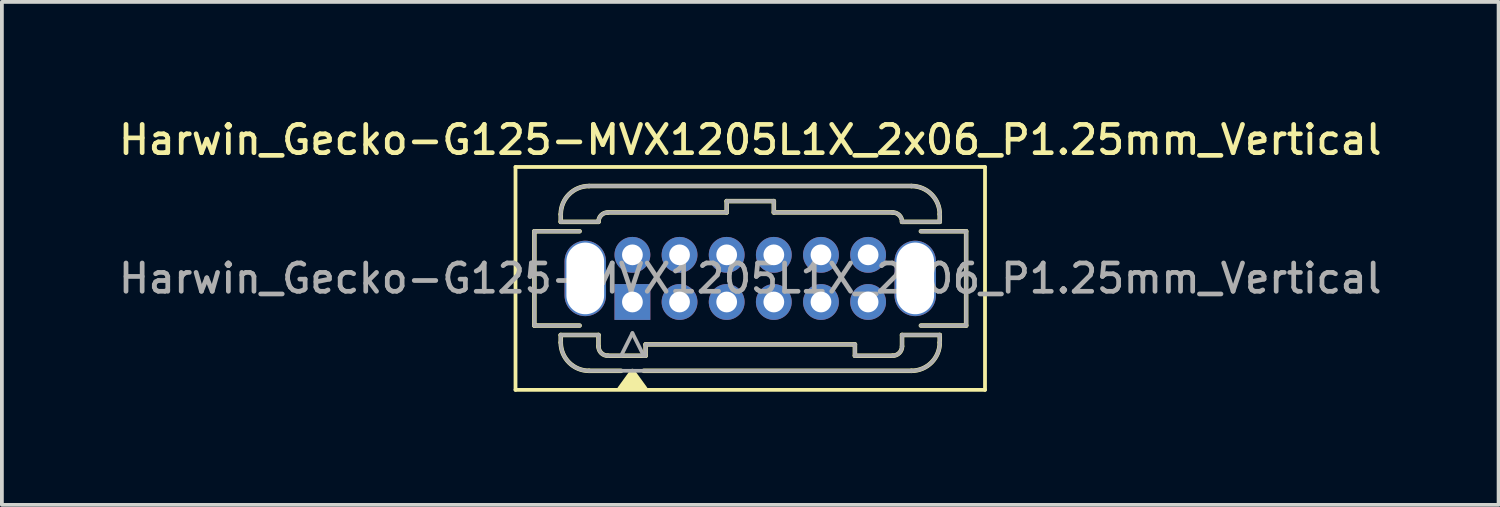
<source format=kicad_pcb>
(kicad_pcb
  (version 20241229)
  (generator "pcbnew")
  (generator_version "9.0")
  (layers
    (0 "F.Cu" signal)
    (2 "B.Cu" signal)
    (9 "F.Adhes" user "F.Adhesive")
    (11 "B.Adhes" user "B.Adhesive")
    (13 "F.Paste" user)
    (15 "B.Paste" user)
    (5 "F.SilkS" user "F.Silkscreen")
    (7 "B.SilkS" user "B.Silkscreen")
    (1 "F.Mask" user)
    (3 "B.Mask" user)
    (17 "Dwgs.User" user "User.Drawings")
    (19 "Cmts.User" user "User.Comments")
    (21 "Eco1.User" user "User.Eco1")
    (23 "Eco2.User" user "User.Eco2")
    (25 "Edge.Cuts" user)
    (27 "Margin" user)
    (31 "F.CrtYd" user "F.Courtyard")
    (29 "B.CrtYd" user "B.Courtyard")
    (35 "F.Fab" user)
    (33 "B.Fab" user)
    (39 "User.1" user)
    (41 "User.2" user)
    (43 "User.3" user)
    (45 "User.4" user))
  (footprint "Harwin_Gecko-G125-MVX1205L1X_2x06_P1.25mm_Vertical"
    (layer "F.Cu")
    (at 13.72 4.958)
    (property "Reference" "Harwin_Gecko-G125-MVX1205L1X_2x06_P1.25mm_Vertical" (at 3.125 -4.3 0) (layer "F.SilkS") (effects (font (size 0.75 0.75) (thickness 0.125))))
    (attr through_hole)
    (fp_line (start -3.1 -3.58) (end -3.1 2.33) (stroke (width 0.1) (type solid)) (layer "F.SilkS"))
    (fp_line (start -3.1 2.33) (end 9.35 2.33) (stroke (width 0.1) (type solid)) (layer "F.SilkS"))
    (fp_line (start -2.6 -1.875) (end -2.6 0.625) (stroke (width 0.12) (type solid)) (layer "F.SilkS"))
    (fp_line (start -2.6 0.625) (end -1.4 0.625) (stroke (width 0.12) (type solid)) (layer "F.SilkS"))
    (fp_line (start -1.9 -2.325) (end -1.9 -2.125) (stroke (width 0.12) (type solid)) (layer "F.SilkS"))
    (fp_line (start -1.9 -2.125) (end -0.9 -2.125) (stroke (width 0.12) (type solid)) (layer "F.SilkS"))
    (fp_line (start -1.9 0.875) (end -0.9 0.875) (stroke (width 0.12) (type solid)) (layer "F.SilkS"))
    (fp_line (start -1.9 1.075) (end -1.9 0.875) (stroke (width 0.12) (type solid)) (layer "F.SilkS"))
    (fp_line (start -1.4 -1.875) (end -2.6 -1.875) (stroke (width 0.12) (type solid)) (layer "F.SilkS"))
    (fp_line (start -1.15 -3.075) (end 7.4 -3.075) (stroke (width 0.12) (type solid)) (layer "F.SilkS"))
    (fp_line (start -1.15 1.825) (end -0.3 1.825) (stroke (width 0.12) (type solid)) (layer "F.SilkS"))
    (fp_line (start -0.9 1.175) (end -0.9 0.875) (stroke (width 0.12) (type solid)) (layer "F.SilkS"))
    (fp_line (start -0.65 -2.375) (end 2.5 -2.375) (stroke (width 0.12) (type solid)) (layer "F.SilkS"))
    (fp_line (start -0.65 1.425) (end 0.35 1.425) (stroke (width 0.12) (type solid)) (layer "F.SilkS"))
    (fp_line (start 0.3 1.825) (end 7.4 1.825) (stroke (width 0.12) (type solid)) (layer "F.SilkS"))
    (fp_line (start 0.35 1.125) (end 5.9 1.125) (stroke (width 0.12) (type solid)) (layer "F.SilkS"))
    (fp_line (start 0.35 1.425) (end 0.35 1.125) (stroke (width 0.12) (type solid)) (layer "F.SilkS"))
    (fp_line (start 2.5 -2.675) (end 3.75 -2.675) (stroke (width 0.12) (type solid)) (layer "F.SilkS"))
    (fp_line (start 2.5 -2.375) (end 2.5 -2.675) (stroke (width 0.12) (type solid)) (layer "F.SilkS"))
    (fp_line (start 3.75 -2.675) (end 3.75 -2.375) (stroke (width 0.12) (type solid)) (layer "F.SilkS"))
    (fp_line (start 3.75 -2.375) (end 6.9 -2.375) (stroke (width 0.12) (type solid)) (layer "F.SilkS"))
    (fp_line (start 5.9 1.125) (end 5.9 1.425) (stroke (width 0.12) (type solid)) (layer "F.SilkS"))
    (fp_line (start 5.9 1.425) (end 6.9 1.425) (stroke (width 0.12) (type solid)) (layer "F.SilkS"))
    (fp_line (start 7.15 1.175) (end 7.15 0.875) (stroke (width 0.12) (type solid)) (layer "F.SilkS"))
    (fp_line (start 7.65 -1.875) (end 8.85 -1.875) (stroke (width 0.12) (type solid)) (layer "F.SilkS"))
    (fp_line (start 8.15 -2.325) (end 8.15 -2.125) (stroke (width 0.12) (type solid)) (layer "F.SilkS"))
    (fp_line (start 8.15 -2.125) (end 7.15 -2.125) (stroke (width 0.12) (type solid)) (layer "F.SilkS"))
    (fp_line (start 8.15 0.875) (end 7.15 0.875) (stroke (width 0.12) (type solid)) (layer "F.SilkS"))
    (fp_line (start 8.15 1.075) (end 8.15 0.875) (stroke (width 0.12) (type solid)) (layer "F.SilkS"))
    (fp_line (start 8.85 -1.875) (end 8.85 0.625) (stroke (width 0.12) (type solid)) (layer "F.SilkS"))
    (fp_line (start 8.85 0.625) (end 7.65 0.625) (stroke (width 0.12) (type solid)) (layer "F.SilkS"))
    (fp_line (start 9.35 -3.58) (end -3.1 -3.58) (stroke (width 0.1) (type solid)) (layer "F.SilkS"))
    (fp_line (start 9.35 -3.58) (end 9.35 2.33) (stroke (width 0.1) (type solid)) (layer "F.SilkS"))
    (fp_arc (start -1.9 -2.325) (mid -1.68033 -2.85533) (end -1.15 -3.075) (stroke (width 0.12) (type solid)) (layer "F.SilkS"))
    (fp_arc (start -1.15 1.825) (mid -1.68033 1.60533) (end -1.9 1.075) (stroke (width 0.12) (type solid)) (layer "F.SilkS"))
    (fp_arc (start -0.9 -2.125) (mid -0.826777 -2.301777) (end -0.65 -2.375) (stroke (width 0.12) (type solid)) (layer "F.SilkS"))
    (fp_arc (start -0.65 1.425) (mid -0.826777 1.351777) (end -0.9 1.175) (stroke (width 0.12) (type solid)) (layer "F.SilkS"))
    (fp_arc (start 6.9 -2.375) (mid 7.076777 -2.301777) (end 7.15 -2.125) (stroke (width 0.12) (type solid)) (layer "F.SilkS"))
    (fp_arc (start 7.15 1.175) (mid 7.076777 1.351777) (end 6.9 1.425) (stroke (width 0.12) (type solid)) (layer "F.SilkS"))
    (fp_arc (start 7.4 -3.075) (mid 7.93033 -2.85533) (end 8.15 -2.325) (stroke (width 0.12) (type solid)) (layer "F.SilkS"))
    (fp_arc (start 8.15 1.075) (mid 7.93033 1.60533) (end 7.4 1.825) (stroke (width 0.12) (type solid)) (layer "F.SilkS"))
    (fp_poly (pts (xy 0 1.83) (xy -0.34 2.3) (xy 0.34 2.3) (xy 0 1.83)) (stroke (width 0.12) (type solid)) (fill yes) (layer "F.SilkS"))
    (fp_line (start -2.6 -1.875) (end -2.6 0.625) (stroke (width 0.1) (type solid)) (layer "F.Fab"))
    (fp_line (start -2.6 0.625) (end -1.4 0.625) (stroke (width 0.1) (type solid)) (layer "F.Fab"))
    (fp_line (start -1.9 -2.325) (end -1.9 -2.125) (stroke (width 0.1) (type solid)) (layer "F.Fab"))
    (fp_line (start -1.9 -2.125) (end -0.9 -2.125) (stroke (width 0.1) (type solid)) (layer "F.Fab"))
    (fp_line (start -1.9 0.875) (end -0.9 0.875) (stroke (width 0.1) (type solid)) (layer "F.Fab"))
    (fp_line (start -1.9 1.075) (end -1.9 0.875) (stroke (width 0.1) (type solid)) (layer "F.Fab"))
    (fp_line (start -1.4 -1.875) (end -2.6 -1.875) (stroke (width 0.1) (type solid)) (layer "F.Fab"))
    (fp_line (start -1.15 -3.075) (end 7.4 -3.075) (stroke (width 0.1) (type solid)) (layer "F.Fab"))
    (fp_line (start -1.15 1.825) (end 7.4 1.825) (stroke (width 0.1) (type solid)) (layer "F.Fab"))
    (fp_line (start -0.9 1.175) (end -0.9 0.875) (stroke (width 0.1) (type solid)) (layer "F.Fab"))
    (fp_line (start -0.65 -2.375) (end 2.5 -2.375) (stroke (width 0.1) (type solid)) (layer "F.Fab"))
    (fp_line (start -0.65 1.425) (end 0.35 1.425) (stroke (width 0.1) (type solid)) (layer "F.Fab"))
    (fp_line (start 0 0.825) (end -0.3 1.425) (stroke (width 0.1) (type solid)) (layer "F.Fab"))
    (fp_line (start 0.3 1.425) (end 0 0.825) (stroke (width 0.1) (type solid)) (layer "F.Fab"))
    (fp_line (start 0.35 1.125) (end 5.9 1.125) (stroke (width 0.1) (type solid)) (layer "F.Fab"))
    (fp_line (start 0.35 1.425) (end 0.35 1.125) (stroke (width 0.1) (type solid)) (layer "F.Fab"))
    (fp_line (start 2.5 -2.675) (end 3.75 -2.675) (stroke (width 0.1) (type solid)) (layer "F.Fab"))
    (fp_line (start 2.5 -2.375) (end 2.5 -2.675) (stroke (width 0.1) (type solid)) (layer "F.Fab"))
    (fp_line (start 3.75 -2.675) (end 3.75 -2.375) (stroke (width 0.1) (type solid)) (layer "F.Fab"))
    (fp_line (start 3.75 -2.375) (end 6.9 -2.375) (stroke (width 0.1) (type solid)) (layer "F.Fab"))
    (fp_line (start 5.9 1.125) (end 5.9 1.425) (stroke (width 0.1) (type solid)) (layer "F.Fab"))
    (fp_line (start 5.9 1.425) (end 6.9 1.425) (stroke (width 0.1) (type solid)) (layer "F.Fab"))
    (fp_line (start 7.15 1.175) (end 7.15 0.875) (stroke (width 0.1) (type solid)) (layer "F.Fab"))
    (fp_line (start 7.65 -1.875) (end 8.85 -1.875) (stroke (width 0.1) (type solid)) (layer "F.Fab"))
    (fp_line (start 8.15 -2.325) (end 8.15 -2.125) (stroke (width 0.1) (type solid)) (layer "F.Fab"))
    (fp_line (start 8.15 -2.125) (end 7.15 -2.125) (stroke (width 0.1) (type solid)) (layer "F.Fab"))
    (fp_line (start 8.15 0.875) (end 7.15 0.875) (stroke (width 0.1) (type solid)) (layer "F.Fab"))
    (fp_line (start 8.15 1.075) (end 8.15 0.875) (stroke (width 0.1) (type solid)) (layer "F.Fab"))
    (fp_line (start 8.85 -1.875) (end 8.85 0.625) (stroke (width 0.1) (type solid)) (layer "F.Fab"))
    (fp_line (start 8.85 0.625) (end 7.65 0.625) (stroke (width 0.1) (type solid)) (layer "F.Fab"))
    (fp_arc (start -1.9 -2.325) (mid -1.68033 -2.85533) (end -1.15 -3.075) (stroke (width 0.1) (type solid)) (layer "F.Fab"))
    (fp_arc (start -1.15 1.825) (mid -1.68033 1.60533) (end -1.9 1.075) (stroke (width 0.1) (type solid)) (layer "F.Fab"))
    (fp_arc (start -0.9 -2.125) (mid -0.826777 -2.301777) (end -0.65 -2.375) (stroke (width 0.1) (type solid)) (layer "F.Fab"))
    (fp_arc (start -0.65 1.425) (mid -0.826777 1.351777) (end -0.9 1.175) (stroke (width 0.1) (type solid)) (layer "F.Fab"))
    (fp_arc (start 6.9 -2.375) (mid 7.076777 -2.301777) (end 7.15 -2.125) (stroke (width 0.1) (type solid)) (layer "F.Fab"))
    (fp_arc (start 7.15 1.175) (mid 7.076777 1.351777) (end 6.9 1.425) (stroke (width 0.1) (type solid)) (layer "F.Fab"))
    (fp_arc (start 7.4 -3.075) (mid 7.93033 -2.85533) (end 8.15 -2.325) (stroke (width 0.1) (type solid)) (layer "F.Fab"))
    (fp_arc (start 8.15 1.075) (mid 7.93033 1.60533) (end 7.4 1.825) (stroke (width 0.1) (type solid)) (layer "F.Fab"))
    (fp_text user "${REFERENCE}" (at 3.125 -0.625 0) (layer "F.Fab") (effects (font (size 0.75 0.75) (thickness 0.125))))
    (pad "" np_thru_hole oval (at -1.25 -0.625) (size 1.1 2) (drill oval 1 1.9) (layers "*.Cu" "*.Mask"))
    (pad "" np_thru_hole oval (at 7.5 -0.625) (size 1.1 2) (drill oval 1 1.9) (layers "*.Cu" "*.Mask"))
    (pad "1" thru_hole rect (at 0 0) (size 0.95 0.95) (drill 0.55) (layers "*.Cu" "*.Mask"))
    (pad "2" thru_hole circle (at 1.25 0) (size 0.95 0.95) (drill 0.55) (layers "*.Cu" "*.Mask"))
    (pad "3" thru_hole circle (at 2.5 0) (size 0.95 0.95) (drill 0.55) (layers "*.Cu" "*.Mask"))
    (pad "4" thru_hole circle (at 3.75 0) (size 0.95 0.95) (drill 0.55) (layers "*.Cu" "*.Mask"))
    (pad "5" thru_hole circle (at 5 0) (size 0.95 0.95) (drill 0.55) (layers "*.Cu" "*.Mask"))
    (pad "6" thru_hole circle (at 6.25 0) (size 0.95 0.95) (drill 0.55) (layers "*.Cu" "*.Mask"))
    (pad "7" thru_hole circle (at 0 -1.25) (size 0.95 0.95) (drill 0.55) (layers "*.Cu" "*.Mask"))
    (pad "8" thru_hole circle (at 1.25 -1.25) (size 0.95 0.95) (drill 0.55) (layers "*.Cu" "*.Mask"))
    (pad "9" thru_hole circle (at 2.5 -1.25) (size 0.95 0.95) (drill 0.55) (layers "*.Cu" "*.Mask"))
    (pad "10" thru_hole circle (at 3.75 -1.25) (size 0.95 0.95) (drill 0.55) (layers "*.Cu" "*.Mask"))
    (pad "11" thru_hole circle (at 5 -1.25) (size 0.95 0.95) (drill 0.55) (layers "*.Cu" "*.Mask"))
    (pad "12" thru_hole circle (at 6.25 -1.25) (size 0.95 0.95) (drill 0.55) (layers "*.Cu" "*.Mask")))
  (gr_rect
    (start -3 -3)
    (end 36.689 10.338)
    (stroke (width 0.1) (type default))
    (fill no)
    (layer "Edge.Cuts")))
</source>
